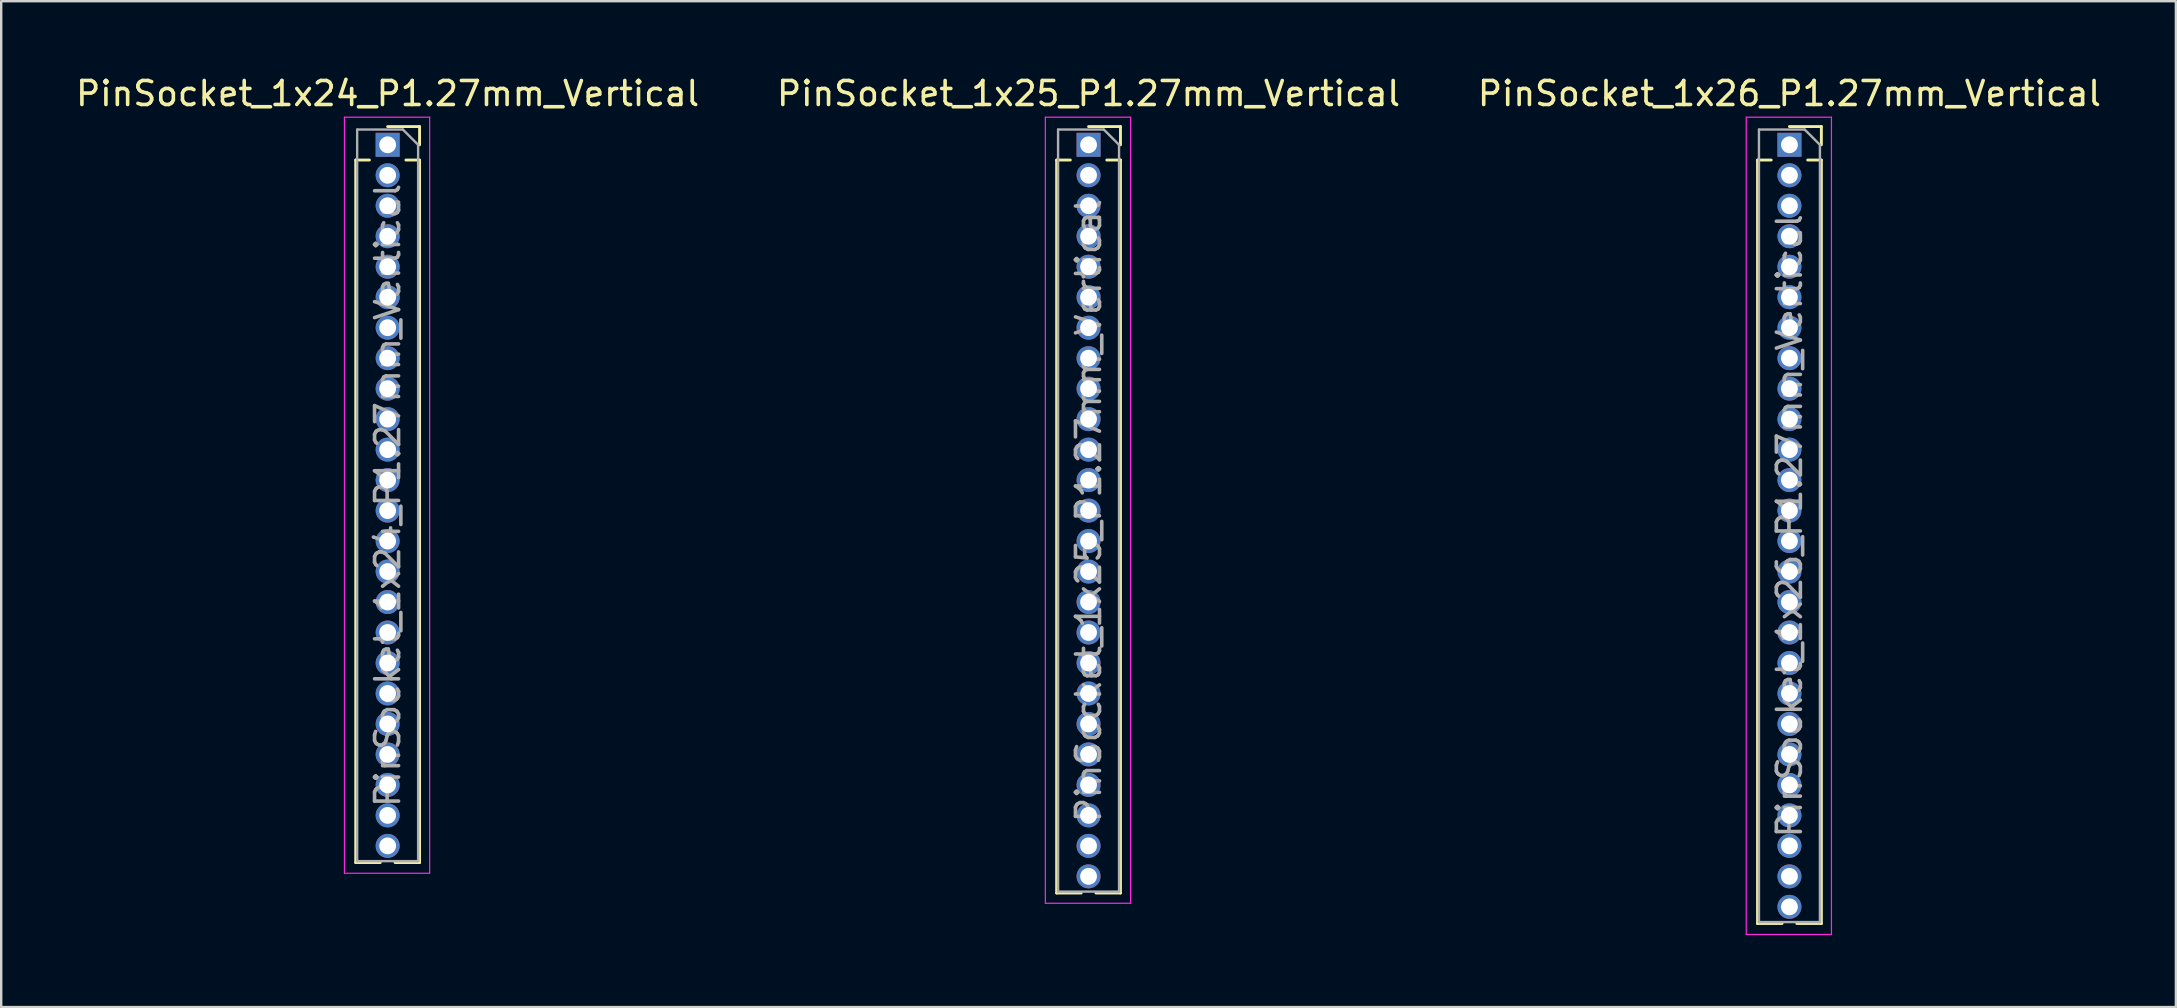
<source format=kicad_pcb>
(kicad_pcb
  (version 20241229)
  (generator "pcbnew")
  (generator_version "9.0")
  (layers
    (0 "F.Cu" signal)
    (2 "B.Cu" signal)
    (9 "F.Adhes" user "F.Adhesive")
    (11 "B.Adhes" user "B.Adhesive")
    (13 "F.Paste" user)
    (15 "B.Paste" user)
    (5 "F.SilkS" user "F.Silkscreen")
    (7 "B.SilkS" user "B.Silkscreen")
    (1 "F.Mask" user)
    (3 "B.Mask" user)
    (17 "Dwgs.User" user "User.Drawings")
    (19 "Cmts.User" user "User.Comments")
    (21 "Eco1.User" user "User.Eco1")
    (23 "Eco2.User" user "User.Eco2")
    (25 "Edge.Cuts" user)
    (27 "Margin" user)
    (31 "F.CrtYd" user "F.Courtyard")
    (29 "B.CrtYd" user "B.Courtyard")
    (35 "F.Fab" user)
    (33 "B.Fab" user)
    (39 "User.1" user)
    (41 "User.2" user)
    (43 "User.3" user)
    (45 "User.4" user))
  (footprint "PinSocket_1x25_P1.27mm_Vertical"
    (layer "F.Cu")
    (at 42.304 2.983)
    (property "Reference" "PinSocket_1x25_P1.27mm_Vertical" (at 0 -2.135 0) (layer "F.SilkS") (effects (font (size 1 1) (thickness 0.15))))
    (attr through_hole)
    (fp_line (start -1.33 0.635) (end -1.33 31.175) (stroke (width 0.12) (type solid)) (layer "F.SilkS"))
    (fp_line (start -1.33 0.635) (end -0.76 0.635) (stroke (width 0.12) (type solid)) (layer "F.SilkS"))
    (fp_line (start -1.33 31.175) (end -0.308 31.175) (stroke (width 0.12) (type solid)) (layer "F.SilkS"))
    (fp_line (start 0 -0.76) (end 1.33 -0.76) (stroke (width 0.12) (type solid)) (layer "F.SilkS"))
    (fp_line (start 0.308 31.175) (end 1.33 31.175) (stroke (width 0.12) (type solid)) (layer "F.SilkS"))
    (fp_line (start 0.76 0.635) (end 1.33 0.635) (stroke (width 0.12) (type solid)) (layer "F.SilkS"))
    (fp_line (start 1.33 -0.76) (end 1.33 0) (stroke (width 0.12) (type solid)) (layer "F.SilkS"))
    (fp_line (start 1.33 0.635) (end 1.33 31.175) (stroke (width 0.12) (type solid)) (layer "F.SilkS"))
    (fp_line (start -1.8 -1.15) (end 1.75 -1.15) (stroke (width 0.05) (type solid)) (layer "F.CrtYd"))
    (fp_line (start -1.8 31.6) (end -1.8 -1.15) (stroke (width 0.05) (type solid)) (layer "F.CrtYd"))
    (fp_line (start 1.75 -1.15) (end 1.75 31.6) (stroke (width 0.05) (type solid)) (layer "F.CrtYd"))
    (fp_line (start 1.75 31.6) (end -1.8 31.6) (stroke (width 0.05) (type solid)) (layer "F.CrtYd"))
    (fp_line (start -1.27 -0.635) (end 0.635 -0.635) (stroke (width 0.1) (type solid)) (layer "F.Fab"))
    (fp_line (start -1.27 31.115) (end -1.27 -0.635) (stroke (width 0.1) (type solid)) (layer "F.Fab"))
    (fp_line (start 0.635 -0.635) (end 1.27 0) (stroke (width 0.1) (type solid)) (layer "F.Fab"))
    (fp_line (start 1.27 0) (end 1.27 31.115) (stroke (width 0.1) (type solid)) (layer "F.Fab"))
    (fp_line (start 1.27 31.115) (end -1.27 31.115) (stroke (width 0.1) (type solid)) (layer "F.Fab"))
    (fp_text user "${REFERENCE}" (at 0 15.24 90) (layer "F.Fab") (effects (font (size 1 1) (thickness 0.15))))
    (pad "1" thru_hole rect (at 0 0) (size 1 1) (drill 0.7) (layers "*.Cu" "*.Mask"))
    (pad "2" thru_hole circle (at 0 1.27) (size 1 1) (drill 0.7) (layers "*.Cu" "*.Mask"))
    (pad "3" thru_hole circle (at 0 2.54) (size 1 1) (drill 0.7) (layers "*.Cu" "*.Mask"))
    (pad "4" thru_hole circle (at 0 3.81) (size 1 1) (drill 0.7) (layers "*.Cu" "*.Mask"))
    (pad "5" thru_hole circle (at 0 5.08) (size 1 1) (drill 0.7) (layers "*.Cu" "*.Mask"))
    (pad "6" thru_hole circle (at 0 6.35) (size 1 1) (drill 0.7) (layers "*.Cu" "*.Mask"))
    (pad "7" thru_hole circle (at 0 7.62) (size 1 1) (drill 0.7) (layers "*.Cu" "*.Mask"))
    (pad "8" thru_hole circle (at 0 8.89) (size 1 1) (drill 0.7) (layers "*.Cu" "*.Mask"))
    (pad "9" thru_hole circle (at 0 10.16) (size 1 1) (drill 0.7) (layers "*.Cu" "*.Mask"))
    (pad "10" thru_hole circle (at 0 11.43) (size 1 1) (drill 0.7) (layers "*.Cu" "*.Mask"))
    (pad "11" thru_hole circle (at 0 12.7) (size 1 1) (drill 0.7) (layers "*.Cu" "*.Mask"))
    (pad "12" thru_hole circle (at 0 13.97) (size 1 1) (drill 0.7) (layers "*.Cu" "*.Mask"))
    (pad "13" thru_hole circle (at 0 15.24) (size 1 1) (drill 0.7) (layers "*.Cu" "*.Mask"))
    (pad "14" thru_hole circle (at 0 16.51) (size 1 1) (drill 0.7) (layers "*.Cu" "*.Mask"))
    (pad "15" thru_hole circle (at 0 17.78) (size 1 1) (drill 0.7) (layers "*.Cu" "*.Mask"))
    (pad "16" thru_hole circle (at 0 19.05) (size 1 1) (drill 0.7) (layers "*.Cu" "*.Mask"))
    (pad "17" thru_hole circle (at 0 20.32) (size 1 1) (drill 0.7) (layers "*.Cu" "*.Mask"))
    (pad "18" thru_hole circle (at 0 21.59) (size 1 1) (drill 0.7) (layers "*.Cu" "*.Mask"))
    (pad "19" thru_hole circle (at 0 22.86) (size 1 1) (drill 0.7) (layers "*.Cu" "*.Mask"))
    (pad "20" thru_hole circle (at 0 24.13) (size 1 1) (drill 0.7) (layers "*.Cu" "*.Mask"))
    (pad "21" thru_hole circle (at 0 25.4) (size 1 1) (drill 0.7) (layers "*.Cu" "*.Mask"))
    (pad "22" thru_hole circle (at 0 26.67) (size 1 1) (drill 0.7) (layers "*.Cu" "*.Mask"))
    (pad "23" thru_hole circle (at 0 27.94) (size 1 1) (drill 0.7) (layers "*.Cu" "*.Mask"))
    (pad "24" thru_hole circle (at 0 29.21) (size 1 1) (drill 0.7) (layers "*.Cu" "*.Mask"))
    (pad "25" thru_hole circle (at 0 30.48) (size 1 1) (drill 0.7) (layers "*.Cu" "*.Mask")))
  (footprint "PinSocket_1x26_P1.27mm_Vertical"
    (layer "F.Cu")
    (at 71.506 2.983)
    (property "Reference" "PinSocket_1x26_P1.27mm_Vertical" (at 0 -2.135 0) (layer "F.SilkS") (effects (font (size 1 1) (thickness 0.15))))
    (attr through_hole)
    (fp_line (start -1.33 0.635) (end -1.33 32.445) (stroke (width 0.12) (type solid)) (layer "F.SilkS"))
    (fp_line (start -1.33 0.635) (end -0.76 0.635) (stroke (width 0.12) (type solid)) (layer "F.SilkS"))
    (fp_line (start -1.33 32.445) (end -0.308 32.445) (stroke (width 0.12) (type solid)) (layer "F.SilkS"))
    (fp_line (start 0 -0.76) (end 1.33 -0.76) (stroke (width 0.12) (type solid)) (layer "F.SilkS"))
    (fp_line (start 0.308 32.445) (end 1.33 32.445) (stroke (width 0.12) (type solid)) (layer "F.SilkS"))
    (fp_line (start 0.76 0.635) (end 1.33 0.635) (stroke (width 0.12) (type solid)) (layer "F.SilkS"))
    (fp_line (start 1.33 -0.76) (end 1.33 0) (stroke (width 0.12) (type solid)) (layer "F.SilkS"))
    (fp_line (start 1.33 0.635) (end 1.33 32.445) (stroke (width 0.12) (type solid)) (layer "F.SilkS"))
    (fp_line (start -1.8 -1.15) (end 1.75 -1.15) (stroke (width 0.05) (type solid)) (layer "F.CrtYd"))
    (fp_line (start -1.8 32.9) (end -1.8 -1.15) (stroke (width 0.05) (type solid)) (layer "F.CrtYd"))
    (fp_line (start 1.75 -1.15) (end 1.75 32.9) (stroke (width 0.05) (type solid)) (layer "F.CrtYd"))
    (fp_line (start 1.75 32.9) (end -1.8 32.9) (stroke (width 0.05) (type solid)) (layer "F.CrtYd"))
    (fp_line (start -1.27 -0.635) (end 0.635 -0.635) (stroke (width 0.1) (type solid)) (layer "F.Fab"))
    (fp_line (start -1.27 32.385) (end -1.27 -0.635) (stroke (width 0.1) (type solid)) (layer "F.Fab"))
    (fp_line (start 0.635 -0.635) (end 1.27 0) (stroke (width 0.1) (type solid)) (layer "F.Fab"))
    (fp_line (start 1.27 0) (end 1.27 32.385) (stroke (width 0.1) (type solid)) (layer "F.Fab"))
    (fp_line (start 1.27 32.385) (end -1.27 32.385) (stroke (width 0.1) (type solid)) (layer "F.Fab"))
    (fp_text user "${REFERENCE}" (at 0 15.875 90) (layer "F.Fab") (effects (font (size 1 1) (thickness 0.15))))
    (pad "1" thru_hole rect (at 0 0) (size 1 1) (drill 0.7) (layers "*.Cu" "*.Mask"))
    (pad "2" thru_hole circle (at 0 1.27) (size 1 1) (drill 0.7) (layers "*.Cu" "*.Mask"))
    (pad "3" thru_hole circle (at 0 2.54) (size 1 1) (drill 0.7) (layers "*.Cu" "*.Mask"))
    (pad "4" thru_hole circle (at 0 3.81) (size 1 1) (drill 0.7) (layers "*.Cu" "*.Mask"))
    (pad "5" thru_hole circle (at 0 5.08) (size 1 1) (drill 0.7) (layers "*.Cu" "*.Mask"))
    (pad "6" thru_hole circle (at 0 6.35) (size 1 1) (drill 0.7) (layers "*.Cu" "*.Mask"))
    (pad "7" thru_hole circle (at 0 7.62) (size 1 1) (drill 0.7) (layers "*.Cu" "*.Mask"))
    (pad "8" thru_hole circle (at 0 8.89) (size 1 1) (drill 0.7) (layers "*.Cu" "*.Mask"))
    (pad "9" thru_hole circle (at 0 10.16) (size 1 1) (drill 0.7) (layers "*.Cu" "*.Mask"))
    (pad "10" thru_hole circle (at 0 11.43) (size 1 1) (drill 0.7) (layers "*.Cu" "*.Mask"))
    (pad "11" thru_hole circle (at 0 12.7) (size 1 1) (drill 0.7) (layers "*.Cu" "*.Mask"))
    (pad "12" thru_hole circle (at 0 13.97) (size 1 1) (drill 0.7) (layers "*.Cu" "*.Mask"))
    (pad "13" thru_hole circle (at 0 15.24) (size 1 1) (drill 0.7) (layers "*.Cu" "*.Mask"))
    (pad "14" thru_hole circle (at 0 16.51) (size 1 1) (drill 0.7) (layers "*.Cu" "*.Mask"))
    (pad "15" thru_hole circle (at 0 17.78) (size 1 1) (drill 0.7) (layers "*.Cu" "*.Mask"))
    (pad "16" thru_hole circle (at 0 19.05) (size 1 1) (drill 0.7) (layers "*.Cu" "*.Mask"))
    (pad "17" thru_hole circle (at 0 20.32) (size 1 1) (drill 0.7) (layers "*.Cu" "*.Mask"))
    (pad "18" thru_hole circle (at 0 21.59) (size 1 1) (drill 0.7) (layers "*.Cu" "*.Mask"))
    (pad "19" thru_hole circle (at 0 22.86) (size 1 1) (drill 0.7) (layers "*.Cu" "*.Mask"))
    (pad "20" thru_hole circle (at 0 24.13) (size 1 1) (drill 0.7) (layers "*.Cu" "*.Mask"))
    (pad "21" thru_hole circle (at 0 25.4) (size 1 1) (drill 0.7) (layers "*.Cu" "*.Mask"))
    (pad "22" thru_hole circle (at 0 26.67) (size 1 1) (drill 0.7) (layers "*.Cu" "*.Mask"))
    (pad "23" thru_hole circle (at 0 27.94) (size 1 1) (drill 0.7) (layers "*.Cu" "*.Mask"))
    (pad "24" thru_hole circle (at 0 29.21) (size 1 1) (drill 0.7) (layers "*.Cu" "*.Mask"))
    (pad "25" thru_hole circle (at 0 30.48) (size 1 1) (drill 0.7) (layers "*.Cu" "*.Mask"))
    (pad "26" thru_hole circle (at 0 31.75) (size 1 1) (drill 0.7) (layers "*.Cu" "*.Mask")))
  (footprint "PinSocket_1x24_P1.27mm_Vertical"
    (layer "F.Cu")
    (at 13.101 2.983)
    (property "Reference" "PinSocket_1x24_P1.27mm_Vertical" (at 0 -2.135 0) (layer "F.SilkS") (effects (font (size 1 1) (thickness 0.15))))
    (attr through_hole)
    (fp_line (start -1.33 0.635) (end -1.33 29.905) (stroke (width 0.12) (type solid)) (layer "F.SilkS"))
    (fp_line (start -1.33 0.635) (end -0.76 0.635) (stroke (width 0.12) (type solid)) (layer "F.SilkS"))
    (fp_line (start -1.33 29.905) (end -0.308 29.905) (stroke (width 0.12) (type solid)) (layer "F.SilkS"))
    (fp_line (start 0 -0.76) (end 1.33 -0.76) (stroke (width 0.12) (type solid)) (layer "F.SilkS"))
    (fp_line (start 0.308 29.905) (end 1.33 29.905) (stroke (width 0.12) (type solid)) (layer "F.SilkS"))
    (fp_line (start 0.76 0.635) (end 1.33 0.635) (stroke (width 0.12) (type solid)) (layer "F.SilkS"))
    (fp_line (start 1.33 -0.76) (end 1.33 0) (stroke (width 0.12) (type solid)) (layer "F.SilkS"))
    (fp_line (start 1.33 0.635) (end 1.33 29.905) (stroke (width 0.12) (type solid)) (layer "F.SilkS"))
    (fp_line (start -1.8 -1.15) (end 1.75 -1.15) (stroke (width 0.05) (type solid)) (layer "F.CrtYd"))
    (fp_line (start -1.8 30.35) (end -1.8 -1.15) (stroke (width 0.05) (type solid)) (layer "F.CrtYd"))
    (fp_line (start 1.75 -1.15) (end 1.75 30.35) (stroke (width 0.05) (type solid)) (layer "F.CrtYd"))
    (fp_line (start 1.75 30.35) (end -1.8 30.35) (stroke (width 0.05) (type solid)) (layer "F.CrtYd"))
    (fp_line (start -1.27 -0.635) (end 0.635 -0.635) (stroke (width 0.1) (type solid)) (layer "F.Fab"))
    (fp_line (start -1.27 29.845) (end -1.27 -0.635) (stroke (width 0.1) (type solid)) (layer "F.Fab"))
    (fp_line (start 0.635 -0.635) (end 1.27 0) (stroke (width 0.1) (type solid)) (layer "F.Fab"))
    (fp_line (start 1.27 0) (end 1.27 29.845) (stroke (width 0.1) (type solid)) (layer "F.Fab"))
    (fp_line (start 1.27 29.845) (end -1.27 29.845) (stroke (width 0.1) (type solid)) (layer "F.Fab"))
    (fp_text user "${REFERENCE}" (at 0 14.605 90) (layer "F.Fab") (effects (font (size 1 1) (thickness 0.15))))
    (pad "1" thru_hole rect (at 0 0) (size 1 1) (drill 0.7) (layers "*.Cu" "*.Mask"))
    (pad "2" thru_hole circle (at 0 1.27) (size 1 1) (drill 0.7) (layers "*.Cu" "*.Mask"))
    (pad "3" thru_hole circle (at 0 2.54) (size 1 1) (drill 0.7) (layers "*.Cu" "*.Mask"))
    (pad "4" thru_hole circle (at 0 3.81) (size 1 1) (drill 0.7) (layers "*.Cu" "*.Mask"))
    (pad "5" thru_hole circle (at 0 5.08) (size 1 1) (drill 0.7) (layers "*.Cu" "*.Mask"))
    (pad "6" thru_hole circle (at 0 6.35) (size 1 1) (drill 0.7) (layers "*.Cu" "*.Mask"))
    (pad "7" thru_hole circle (at 0 7.62) (size 1 1) (drill 0.7) (layers "*.Cu" "*.Mask"))
    (pad "8" thru_hole circle (at 0 8.89) (size 1 1) (drill 0.7) (layers "*.Cu" "*.Mask"))
    (pad "9" thru_hole circle (at 0 10.16) (size 1 1) (drill 0.7) (layers "*.Cu" "*.Mask"))
    (pad "10" thru_hole circle (at 0 11.43) (size 1 1) (drill 0.7) (layers "*.Cu" "*.Mask"))
    (pad "11" thru_hole circle (at 0 12.7) (size 1 1) (drill 0.7) (layers "*.Cu" "*.Mask"))
    (pad "12" thru_hole circle (at 0 13.97) (size 1 1) (drill 0.7) (layers "*.Cu" "*.Mask"))
    (pad "13" thru_hole circle (at 0 15.24) (size 1 1) (drill 0.7) (layers "*.Cu" "*.Mask"))
    (pad "14" thru_hole circle (at 0 16.51) (size 1 1) (drill 0.7) (layers "*.Cu" "*.Mask"))
    (pad "15" thru_hole circle (at 0 17.78) (size 1 1) (drill 0.7) (layers "*.Cu" "*.Mask"))
    (pad "16" thru_hole circle (at 0 19.05) (size 1 1) (drill 0.7) (layers "*.Cu" "*.Mask"))
    (pad "17" thru_hole circle (at 0 20.32) (size 1 1) (drill 0.7) (layers "*.Cu" "*.Mask"))
    (pad "18" thru_hole circle (at 0 21.59) (size 1 1) (drill 0.7) (layers "*.Cu" "*.Mask"))
    (pad "19" thru_hole circle (at 0 22.86) (size 1 1) (drill 0.7) (layers "*.Cu" "*.Mask"))
    (pad "20" thru_hole circle (at 0 24.13) (size 1 1) (drill 0.7) (layers "*.Cu" "*.Mask"))
    (pad "21" thru_hole circle (at 0 25.4) (size 1 1) (drill 0.7) (layers "*.Cu" "*.Mask"))
    (pad "22" thru_hole circle (at 0 26.67) (size 1 1) (drill 0.7) (layers "*.Cu" "*.Mask"))
    (pad "23" thru_hole circle (at 0 27.94) (size 1 1) (drill 0.7) (layers "*.Cu" "*.Mask"))
    (pad "24" thru_hole circle (at 0 29.21) (size 1 1) (drill 0.7) (layers "*.Cu" "*.Mask")))
  (gr_rect
    (start -3 -3)
    (end 87.607 38.908)
    (stroke (width 0.1) (type default))
    (fill no)
    (layer "Edge.Cuts")))
</source>
